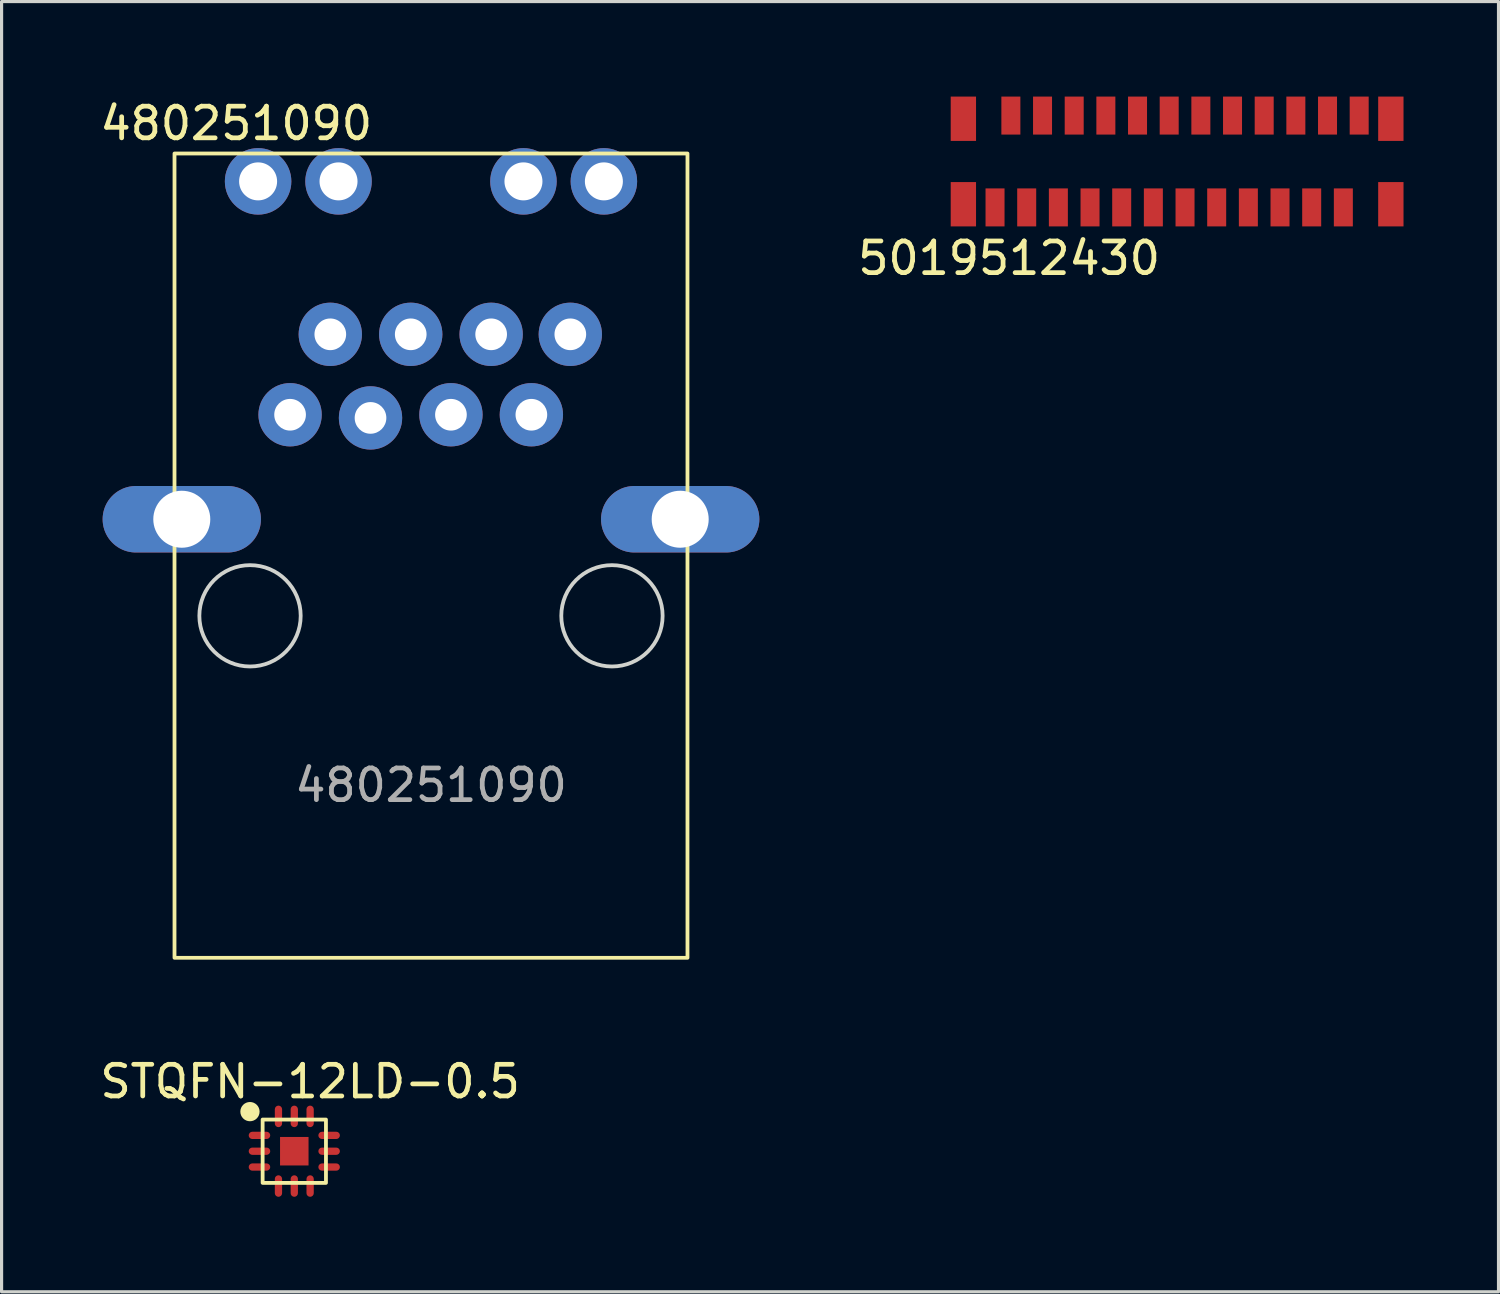
<source format=kicad_pcb>
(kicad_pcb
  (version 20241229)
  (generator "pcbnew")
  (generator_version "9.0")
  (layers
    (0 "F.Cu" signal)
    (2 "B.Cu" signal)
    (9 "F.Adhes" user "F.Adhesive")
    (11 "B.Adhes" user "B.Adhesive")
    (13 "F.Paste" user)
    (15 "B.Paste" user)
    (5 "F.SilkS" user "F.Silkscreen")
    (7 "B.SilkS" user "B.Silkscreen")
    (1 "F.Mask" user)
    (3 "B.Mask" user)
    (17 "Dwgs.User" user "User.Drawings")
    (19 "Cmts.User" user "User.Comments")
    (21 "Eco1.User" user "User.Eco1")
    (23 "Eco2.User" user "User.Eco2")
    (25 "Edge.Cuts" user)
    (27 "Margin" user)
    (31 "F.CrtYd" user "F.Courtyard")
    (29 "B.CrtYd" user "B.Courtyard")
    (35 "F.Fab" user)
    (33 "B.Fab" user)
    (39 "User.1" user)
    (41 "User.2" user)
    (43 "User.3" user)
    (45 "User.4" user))
  (footprint "5019512430"
    (layer "F.Cu")
    (at 34.124 2.05)
    (property "Reference" "5019512430" (at -5.306 3.055 0) (layer "F.SilkS") (effects (font (size 1 1) (thickness 0.15))))
    (attr through_hole)
    (pad "1" smd rect (at -5.75 1.45) (size 0.6 1.2) (layers "F.Cu" "F.Mask" "F.Paste"))
    (pad "2" smd rect (at -5.25 -1.45) (size 0.6 1.2) (layers "F.Cu" "F.Mask" "F.Paste"))
    (pad "3" smd rect (at -4.75 1.45) (size 0.6 1.2) (layers "F.Cu" "F.Mask" "F.Paste"))
    (pad "4" smd rect (at -4.25 -1.45) (size 0.6 1.2) (layers "F.Cu" "F.Mask" "F.Paste"))
    (pad "5" smd rect (at -3.75 1.45) (size 0.6 1.2) (layers "F.Cu" "F.Mask" "F.Paste"))
    (pad "6" smd rect (at -3.25 -1.45) (size 0.6 1.2) (layers "F.Cu" "F.Mask" "F.Paste"))
    (pad "7" smd rect (at -2.75 1.45) (size 0.6 1.2) (layers "F.Cu" "F.Mask" "F.Paste"))
    (pad "8" smd rect (at -2.25 -1.45) (size 0.6 1.2) (layers "F.Cu" "F.Mask" "F.Paste"))
    (pad "9" smd rect (at -1.75 1.45) (size 0.6 1.2) (layers "F.Cu" "F.Mask" "F.Paste"))
    (pad "10" smd rect (at -1.25 -1.45) (size 0.6 1.2) (layers "F.Cu" "F.Mask" "F.Paste"))
    (pad "11" smd rect (at -0.75 1.45) (size 0.6 1.2) (layers "F.Cu" "F.Mask" "F.Paste"))
    (pad "12" smd rect (at -0.25 -1.45) (size 0.6 1.2) (layers "F.Cu" "F.Mask" "F.Paste"))
    (pad "13" smd rect (at 0.25 1.45) (size 0.6 1.2) (layers "F.Cu" "F.Mask" "F.Paste"))
    (pad "14" smd rect (at 0.75 -1.45) (size 0.6 1.2) (layers "F.Cu" "F.Mask" "F.Paste"))
    (pad "15" smd rect (at 1.25 1.45) (size 0.6 1.2) (layers "F.Cu" "F.Mask" "F.Paste"))
    (pad "16" smd rect (at 1.75 -1.45) (size 0.6 1.2) (layers "F.Cu" "F.Mask" "F.Paste"))
    (pad "17" smd rect (at 2.25 1.45) (size 0.6 1.2) (layers "F.Cu" "F.Mask" "F.Paste"))
    (pad "18" smd rect (at 2.75 -1.45) (size 0.6 1.2) (layers "F.Cu" "F.Mask" "F.Paste"))
    (pad "19" smd rect (at 3.25 1.45) (size 0.6 1.2) (layers "F.Cu" "F.Mask" "F.Paste"))
    (pad "20" smd rect (at 3.75 -1.45) (size 0.6 1.2) (layers "F.Cu" "F.Mask" "F.Paste"))
    (pad "21" smd rect (at 4.25 1.45) (size 0.6 1.2) (layers "F.Cu" "F.Mask" "F.Paste"))
    (pad "22" smd rect (at 4.75 -1.45) (size 0.6 1.2) (layers "F.Cu" "F.Mask" "F.Paste"))
    (pad "23" smd rect (at 5.25 1.45) (size 0.6 1.2) (layers "F.Cu" "F.Mask" "F.Paste"))
    (pad "24" smd rect (at 5.75 -1.45) (size 0.6 1.2) (layers "F.Cu" "F.Mask" "F.Paste"))
    (pad "P1" smd rect (at -6.75 1.35) (size 0.8 1.4) (layers "F.Cu" "F.Mask" "F.Paste"))
    (pad "P2" smd rect (at 6.75 1.35) (size 0.8 1.4) (layers "F.Cu" "F.Mask" "F.Paste"))
    (pad "P3" smd rect (at -6.75 -1.35) (size 0.8 1.4) (layers "F.Cu" "F.Mask" "F.Paste"))
    (pad "P4" smd rect (at 6.75 -1.35) (size 0.8 1.4) (layers "F.Cu" "F.Mask" "F.Paste")))
  (footprint "STQFN-12LD-0.5"
    (layer "F.Cu")
    (at 6.244 33.306)
    (property "Reference" "STQFN-12LD-0.5" (at 0.5 -2.2 0) (unlocked yes) (layer "F.SilkS") (effects (font (size 1 1) (thickness 0.15))))
    (attr smd)
    (fp_rect (start -1 -1) (end 1 1) (stroke (width 0.12) (type solid)) (fill no) (layer "F.SilkS"))
    (fp_circle (center -1.4 -1.25) (end -1.096 -1.25) (stroke (width 0) (type solid)) (fill yes) (layer "F.SilkS"))
    (pad "1" smd roundrect (at -1.1 -0.5 90) (size 0.23 0.68) (layers "F.Cu" "F.Mask" "F.Paste") (roundrect_rratio 0.5))
    (pad "2" smd roundrect (at -1.1 0 90) (size 0.23 0.68) (layers "F.Cu" "F.Mask" "F.Paste") (roundrect_rratio 0.5))
    (pad "3" smd roundrect (at -1.1 0.5 90) (size 0.23 0.68) (layers "F.Cu" "F.Mask" "F.Paste") (roundrect_rratio 0.5))
    (pad "4" smd roundrect (at -0.5 1.1) (size 0.23 0.68) (layers "F.Cu" "F.Mask" "F.Paste") (roundrect_rratio 0.5))
    (pad "5" smd roundrect (at 0 1.1) (size 0.23 0.68) (layers "F.Cu" "F.Mask" "F.Paste") (roundrect_rratio 0.5))
    (pad "6" smd roundrect (at 0.5 1.1) (size 0.23 0.68) (layers "F.Cu" "F.Mask" "F.Paste") (roundrect_rratio 0.5))
    (pad "7" smd roundrect (at 1.1 0.5 90) (size 0.23 0.68) (layers "F.Cu" "F.Mask" "F.Paste") (roundrect_rratio 0.5))
    (pad "8" smd roundrect (at 1.1 0 90) (size 0.23 0.68) (layers "F.Cu" "F.Mask" "F.Paste") (roundrect_rratio 0.5))
    (pad "9" smd roundrect (at 1.1 -0.5 90) (size 0.23 0.68) (layers "F.Cu" "F.Mask" "F.Paste") (roundrect_rratio 0.5))
    (pad "10" smd roundrect (at 0.5 -1.1) (size 0.23 0.68) (layers "F.Cu" "F.Mask" "F.Paste") (roundrect_rratio 0.5))
    (pad "11" smd roundrect (at 0 -1.1) (size 0.23 0.68) (layers "F.Cu" "F.Mask" "F.Paste") (roundrect_rratio 0.5))
    (pad "12" smd roundrect (at -0.5 -1.1) (size 0.23 0.68) (layers "F.Cu" "F.Mask" "F.Paste") (roundrect_rratio 0.5))
    (pad "13" smd rect (at 0 0) (size 0.9 0.9) (layers "F.Cu" "F.Mask" "F.Paste")))
  (footprint "480251090"
    (layer "F.Cu")
    (at 10.561 10.048)
    (property "Reference" "480251090" (at -6.15 -9.2 0) (unlocked yes) (layer "F.SilkS") (effects (font (size 1 1) (thickness 0.15))))
    (attr through_hole)
    (fp_rect (start -8.1 17.15) (end 8.1 -8.25) (stroke (width 0.12) (type solid)) (fill no) (layer "F.SilkS"))
    (fp_circle (center -5.715 6.35) (end -4.115 6.35) (stroke (width 0.12) (type solid)) (fill no) (layer "Edge.Cuts"))
    (fp_circle (center 5.715 6.35) (end 7.315 6.35) (stroke (width 0.12) (type solid)) (fill no) (layer "Edge.Cuts"))
    (fp_text user "${REFERENCE}" (at 0 11.7 0) (unlocked yes) (layer "F.Fab") (effects (font (size 1 1) (thickness 0.15))))
    (pad "1" thru_hole circle (at 4.4 -2.54) (size 2 2) (drill 1) (layers "*.Cu" "*.Mask"))
    (pad "2" thru_hole circle (at 3.17 0) (size 2 2) (drill 1) (layers "*.Cu" "*.Mask"))
    (pad "3" thru_hole circle (at 1.9 -2.54) (size 2 2) (drill 1) (layers "*.Cu" "*.Mask"))
    (pad "4" thru_hole circle (at 0.63 0) (size 2 2) (drill 1) (layers "*.Cu" "*.Mask"))
    (pad "5" thru_hole circle (at -0.64 -2.54) (size 2 2) (drill 1) (layers "*.Cu" "*.Mask"))
    (pad "6" thru_hole circle (at -1.91 0.1) (size 2 2) (drill 1) (layers "*.Cu" "*.Mask"))
    (pad "7" thru_hole circle (at -3.18 -2.54) (size 2 2) (drill 1) (layers "*.Cu" "*.Mask"))
    (pad "8" thru_hole circle (at -4.45 0) (size 2 2) (drill 1) (layers "*.Cu" "*.Mask"))
    (pad "L1" thru_hole circle (at 2.92 -7.37) (size 2.1 2.1) (drill 1.2) (layers "*.Cu" "*.Mask"))
    (pad "L2" thru_hole circle (at 5.46 -7.37) (size 2.1 2.1) (drill 1.2) (layers "*.Cu" "*.Mask"))
    (pad "L3" thru_hole circle (at -5.46 -7.37) (size 2.1 2.1) (drill 1.2) (layers "*.Cu" "*.Mask"))
    (pad "L4" thru_hole circle (at -2.92 -7.37) (size 2.1 2.1) (drill 1.2) (layers "*.Cu" "*.Mask"))
    (pad "SH" thru_hole oval (at -7.87 3.3) (size 5 2.1) (drill 1.8) (layers "*.Cu" "*.Mask"))
    (pad "SH" thru_hole oval (at 7.87 3.3) (size 5 2.1) (drill 1.8) (layers "*.Cu" "*.Mask")))
  (gr_rect
    (start -3 -3)
    (end 44.274 37.746)
    (stroke (width 0.1) (type default))
    (fill no)
    (layer "Edge.Cuts")))
</source>
